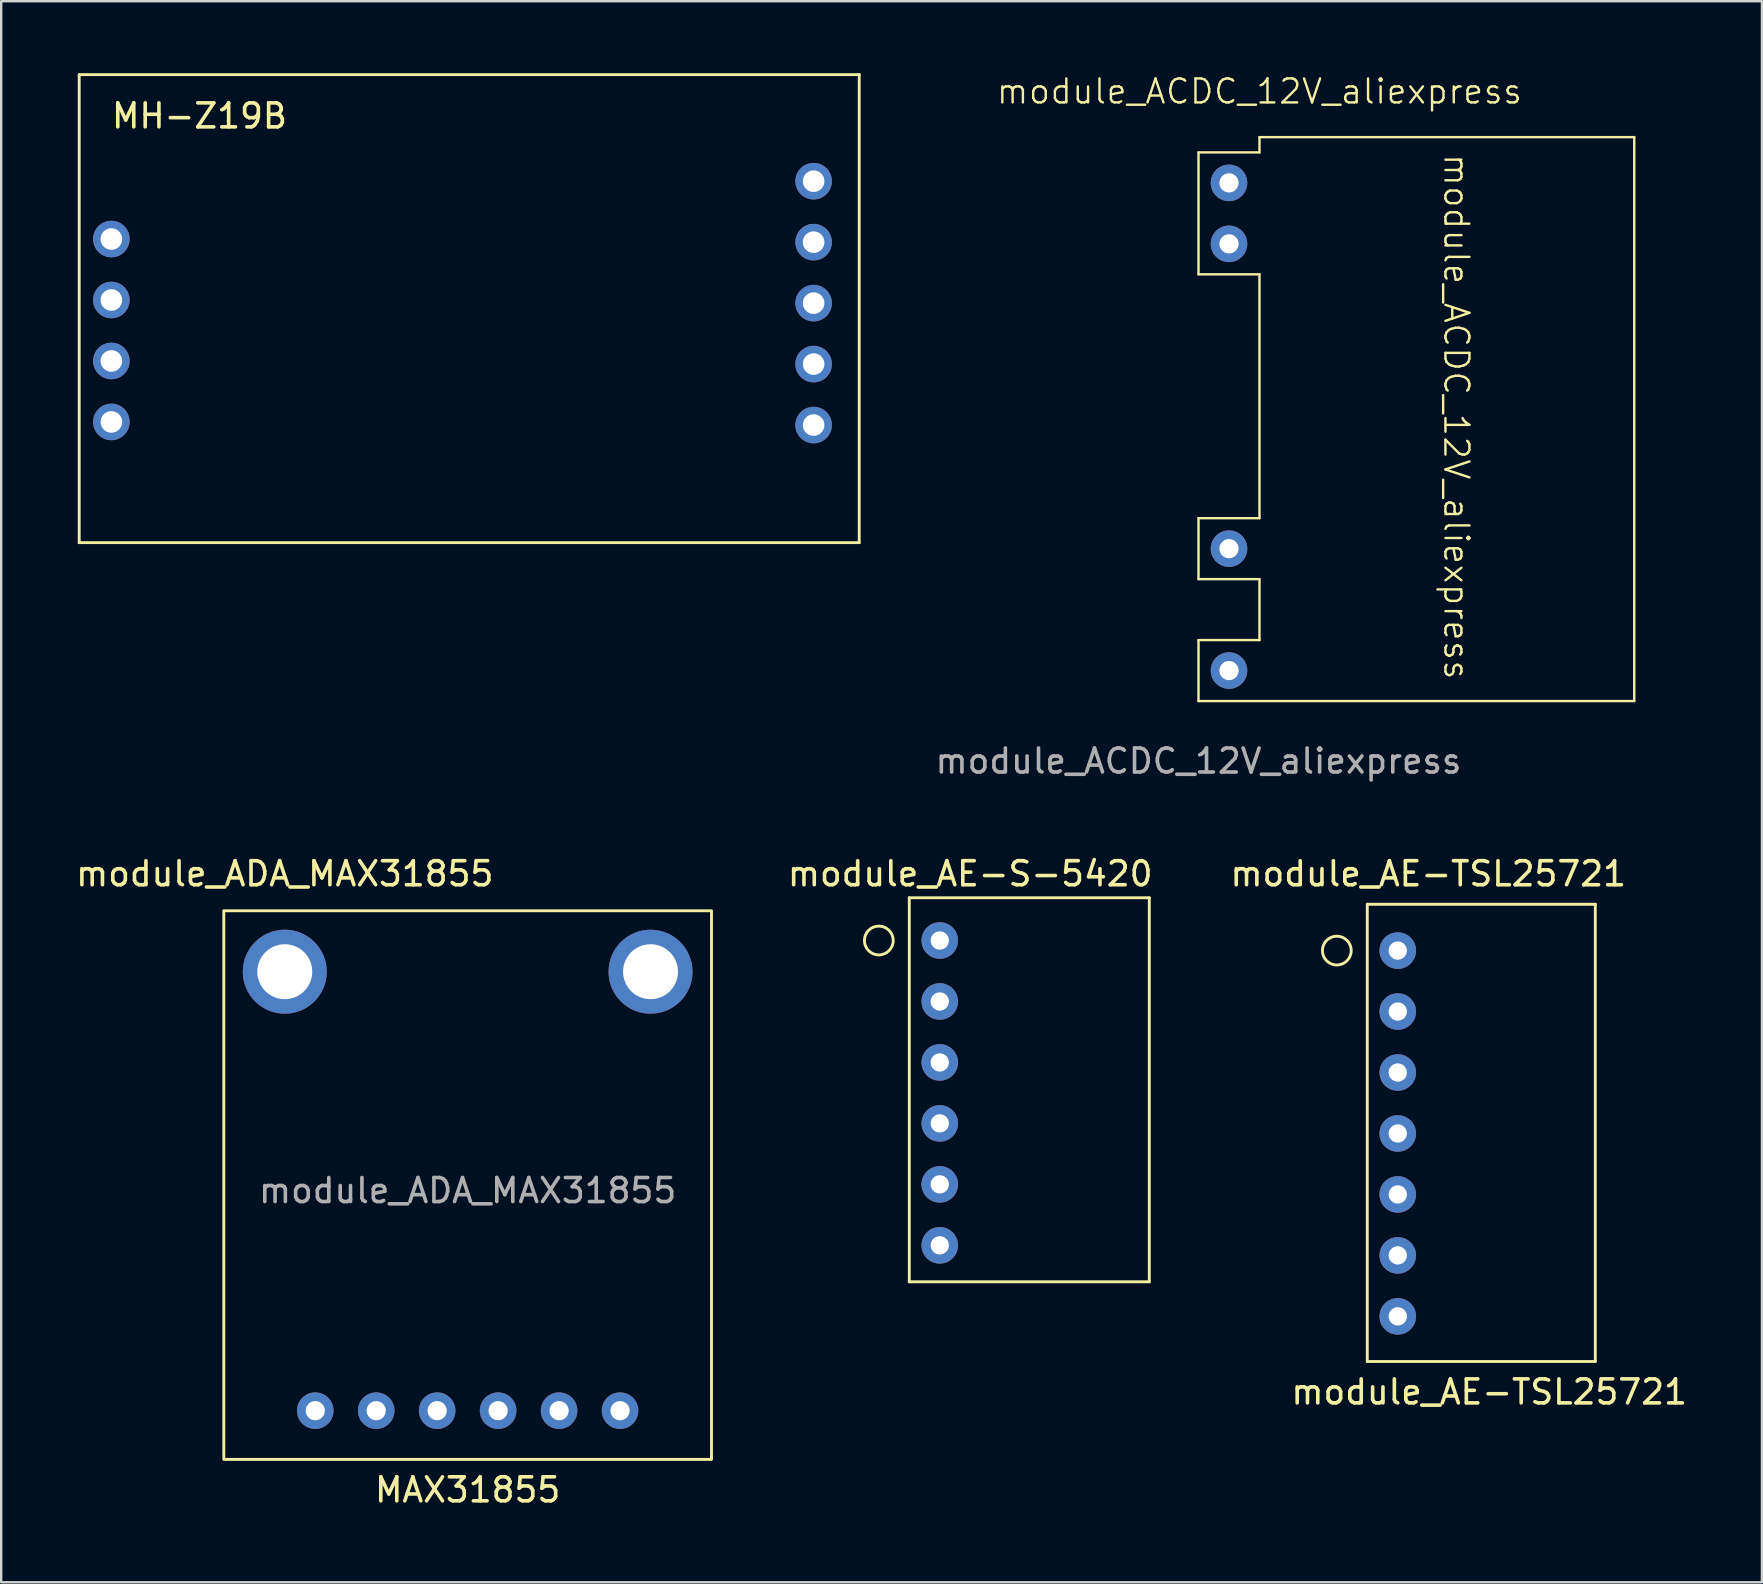
<source format=kicad_pcb>
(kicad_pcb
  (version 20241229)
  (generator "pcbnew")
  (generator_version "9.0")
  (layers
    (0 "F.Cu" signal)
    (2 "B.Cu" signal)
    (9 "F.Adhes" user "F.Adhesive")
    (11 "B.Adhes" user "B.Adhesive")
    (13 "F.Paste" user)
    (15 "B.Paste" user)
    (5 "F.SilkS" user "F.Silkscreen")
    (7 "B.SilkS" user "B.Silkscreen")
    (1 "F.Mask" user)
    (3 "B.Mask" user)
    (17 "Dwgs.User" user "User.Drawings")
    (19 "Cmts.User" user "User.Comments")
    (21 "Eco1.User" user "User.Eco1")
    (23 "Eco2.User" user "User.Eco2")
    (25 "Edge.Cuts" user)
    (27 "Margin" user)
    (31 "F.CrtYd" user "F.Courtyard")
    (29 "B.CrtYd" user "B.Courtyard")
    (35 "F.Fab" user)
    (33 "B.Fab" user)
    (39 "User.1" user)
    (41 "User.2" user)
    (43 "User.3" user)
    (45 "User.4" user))
  (footprint "module_AE-S-5420"
    (layer "F.Cu")
    (at 34.836 50.357)
    (property "Reference" "module_AE-S-5420" (at 2.54 -17 0) (layer "F.SilkS") (effects (font (size 1 1) (thickness 0.15))))
    (attr through_hole)
    (fp_line (start 0 -16) (end 10 -16) (stroke (width 0.12) (type solid)) (layer "F.SilkS"))
    (fp_line (start 0 0) (end 0 -16) (stroke (width 0.12) (type solid)) (layer "F.SilkS"))
    (fp_line (start 0 0) (end 10 0) (stroke (width 0.12) (type solid)) (layer "F.SilkS"))
    (fp_line (start 10 0) (end 10 -16) (stroke (width 0.12) (type solid)) (layer "F.SilkS"))
    (fp_circle (center -1.27 -14.22) (end -0.67 -14.22) (stroke (width 0.12) (type solid)) (fill no) (layer "F.SilkS"))
    (pad "1" thru_hole circle (at 1.27 -14.22) (size 1.524 1.524) (drill 0.762) (layers "*.Cu" "*.Mask"))
    (pad "2" thru_hole circle (at 1.27 -11.68) (size 1.524 1.524) (drill 0.762) (layers "*.Cu" "*.Mask"))
    (pad "3" thru_hole circle (at 1.27 -9.14) (size 1.524 1.524) (drill 0.762) (layers "*.Cu" "*.Mask"))
    (pad "4" thru_hole circle (at 1.27 -6.6) (size 1.524 1.524) (drill 0.762) (layers "*.Cu" "*.Mask"))
    (pad "5" thru_hole circle (at 1.27 -4.06) (size 1.524 1.524) (drill 0.762) (layers "*.Cu" "*.Mask"))
    (pad "6" thru_hole circle (at 1.27 -1.52) (size 1.524 1.524) (drill 0.762) (layers "*.Cu" "*.Mask")))
  (footprint "module_ACDC_12V_aliexpress"
    (layer "F.Cu")
    (at 46.887 26.16)
    (property "Reference" "module_ACDC_12V_aliexpress" (at 2.54 -25.4 0) (unlocked yes) (layer "F.SilkS") (effects (font (size 1 1) (thickness 0.1))))
    (attr through_hole)
    (fp_line (start 0 -22.86) (end 2.54 -22.86) (stroke (width 0.1) (type default)) (layer "F.SilkS"))
    (fp_line (start 0 -17.78) (end 0 -22.86) (stroke (width 0.1) (type default)) (layer "F.SilkS"))
    (fp_line (start 0 -17.78) (end 2.54 -17.78) (stroke (width 0.1) (type default)) (layer "F.SilkS"))
    (fp_line (start 0 -7.62) (end 0 -5.08) (stroke (width 0.1) (type default)) (layer "F.SilkS"))
    (fp_line (start 0 -5.08) (end 2.54 -5.08) (stroke (width 0.1) (type default)) (layer "F.SilkS"))
    (fp_line (start 0 -2.54) (end 0 0) (stroke (width 0.1) (type default)) (layer "F.SilkS"))
    (fp_line (start 0 0) (end 18.155 0) (stroke (width 0.1) (type default)) (layer "F.SilkS"))
    (fp_line (start 2.54 -23.497) (end 18.155 -23.497) (stroke (width 0.1) (type default)) (layer "F.SilkS"))
    (fp_line (start 2.54 -22.86) (end 2.54 -23.497) (stroke (width 0.1) (type default)) (layer "F.SilkS"))
    (fp_line (start 2.54 -17.78) (end 2.54 -7.62) (stroke (width 0.1) (type default)) (layer "F.SilkS"))
    (fp_line (start 2.54 -7.62) (end 0 -7.62) (stroke (width 0.1) (type default)) (layer "F.SilkS"))
    (fp_line (start 2.54 -5.08) (end 2.54 -2.54) (stroke (width 0.1) (type default)) (layer "F.SilkS"))
    (fp_line (start 2.54 -2.54) (end 0 -2.54) (stroke (width 0.1) (type default)) (layer "F.SilkS"))
    (fp_line (start 18.155 -23.497) (end 18.155 0) (stroke (width 0.1) (type default)) (layer "F.SilkS"))
    (fp_text user "module_ACDC_12V_aliexpress" (at 10.16 -22.86 270) (unlocked yes) (layer "F.SilkS") (effects (font (size 1 1) (thickness 0.1)) (justify left bottom)))
    (fp_text user "${REFERENCE}" (at 0 2.5 0) (unlocked yes) (layer "F.Fab") (effects (font (size 1 1) (thickness 0.15))))
    (pad "1" thru_hole circle (at 1.27 -1.27) (size 1.524 1.524) (drill 0.8) (layers "*.Cu" "*.Mask"))
    (pad "2" thru_hole circle (at 1.27 -6.35) (size 1.524 1.524) (drill 0.8) (layers "*.Cu" "*.Mask"))
    (pad "3" thru_hole circle (at 1.27 -21.59) (size 1.524 1.524) (drill 0.8) (layers "*.Cu" "*.Mask"))
    (pad "4" thru_hole circle (at 1.27 -19.05) (size 1.524 1.524) (drill 0.8) (layers "*.Cu" "*.Mask")))
  (footprint "module_ADA_MAX31855"
    (layer "F.Cu")
    (at 6.275 57.757)
    (property "Reference" "module_ADA_MAX31855" (at 2.54 -24.4 0) (unlocked yes) (layer "F.SilkS") (effects (font (size 1 1) (thickness 0.15))))
    (attr through_hole)
    (fp_rect (start 0 -22.86) (end 20.32 0) (stroke (width 0.12) (type solid)) (fill no) (layer "F.SilkS"))
    (fp_text user "MAX31855" (at 10.16 1.27 0) (unlocked yes) (layer "F.SilkS") (effects (font (size 1 1) (thickness 0.15))))
    (fp_text user "${REFERENCE}" (at 10.16 -11.2 0) (unlocked yes) (layer "F.Fab") (effects (font (size 1 1) (thickness 0.15))))
    (pad "1" thru_hole circle (at 3.81 -2.03) (size 1.524 1.524) (drill 0.8) (layers "*.Cu" "*.Mask"))
    (pad "2" thru_hole circle (at 6.35 -2.03) (size 1.524 1.524) (drill 0.8) (layers "*.Cu" "*.Mask"))
    (pad "3" thru_hole circle (at 8.89 -2.03) (size 1.524 1.524) (drill 0.8) (layers "*.Cu" "*.Mask"))
    (pad "4" thru_hole circle (at 11.43 -2.03) (size 1.524 1.524) (drill 0.8) (layers "*.Cu" "*.Mask"))
    (pad "5" thru_hole circle (at 13.97 -2.03) (size 1.524 1.524) (drill 0.8) (layers "*.Cu" "*.Mask"))
    (pad "6" thru_hole circle (at 16.51 -2.03) (size 1.524 1.524) (drill 0.8) (layers "*.Cu" "*.Mask"))
    (pad "7" thru_hole circle (at 2.54 -20.32) (size 3.5 3.5) (drill 2.29) (layers "*.Cu" "*.Mask"))
    (pad "8" thru_hole circle (at 17.78 -20.32) (size 3.5 3.5) (drill 2.29) (layers "*.Cu" "*.Mask")))
  (footprint "MH-Z19B"
    (layer "F.Cu")
    (at 0.25 19.56)
    (property "Reference" "MH-Z19B" (at 1.27 -17.78 0) (layer "F.SilkS") (effects (font (size 1 1) (thickness 0.15)) (justify left)))
    (attr through_hole)
    (fp_line (start 0 -19.5) (end 32.5 -19.5) (stroke (width 0.12) (type solid)) (layer "F.SilkS"))
    (fp_line (start 0 0) (end 0 -19.5) (stroke (width 0.12) (type solid)) (layer "F.SilkS"))
    (fp_line (start 0 0) (end 32.5 0) (stroke (width 0.12) (type solid)) (layer "F.SilkS"))
    (fp_line (start 32.5 0) (end 32.5 -19.5) (stroke (width 0.12) (type solid)) (layer "F.SilkS"))
    (pad "1" thru_hole circle (at 30.6 -15.06) (size 1.524 1.524) (drill 0.9) (layers "*.Cu" "*.Mask"))
    (pad "2" thru_hole circle (at 30.6 -12.52) (size 1.524 1.524) (drill 0.9) (layers "*.Cu" "*.Mask"))
    (pad "3" thru_hole circle (at 30.6 -9.98) (size 1.524 1.524) (drill 0.9) (layers "*.Cu" "*.Mask"))
    (pad "4" thru_hole circle (at 30.6 -7.44) (size 1.524 1.524) (drill 0.9) (layers "*.Cu" "*.Mask"))
    (pad "5" thru_hole circle (at 30.6 -4.9) (size 1.524 1.524) (drill 0.9) (layers "*.Cu" "*.Mask"))
    (pad "6" thru_hole circle (at 1.34 -12.65) (size 1.524 1.524) (drill 0.9) (layers "*.Cu" "*.Mask"))
    (pad "7" thru_hole circle (at 1.34 -10.11) (size 1.524 1.524) (drill 0.9) (layers "*.Cu" "*.Mask"))
    (pad "8" thru_hole circle (at 1.34 -7.57) (size 1.524 1.524) (drill 0.9) (layers "*.Cu" "*.Mask"))
    (pad "9" thru_hole circle (at 1.34 -5.03) (size 1.524 1.524) (drill 0.9) (layers "*.Cu" "*.Mask")))
  (footprint "module_AE-TSL25721"
    (layer "F.Cu")
    (at 53.919 53.677)
    (property "Reference" "module_AE-TSL25721" (at 2.54 -20.32 0) (layer "F.SilkS") (effects (font (size 1 1) (thickness 0.15))))
    (attr through_hole)
    (fp_line (start 0 -19.05) (end 9.5 -19.05) (stroke (width 0.12) (type solid)) (layer "F.SilkS"))
    (fp_line (start 0 0) (end 0 -19.05) (stroke (width 0.12) (type solid)) (layer "F.SilkS"))
    (fp_line (start 9.5 -19.05) (end 9.5 0) (stroke (width 0.12) (type solid)) (layer "F.SilkS"))
    (fp_line (start 9.5 0) (end 0 0) (stroke (width 0.12) (type solid)) (layer "F.SilkS"))
    (fp_circle (center -1.27 -17.12) (end -0.67 -17.12) (stroke (width 0.12) (type solid)) (fill no) (layer "F.SilkS"))
    (fp_text user "module_AE-TSL25721" (at 5.08 1.27 0) (layer "F.SilkS") (effects (font (size 1 1) (thickness 0.15))))
    (pad "1" thru_hole circle (at 1.27 -17.12) (size 1.524 1.524) (drill 0.762) (layers "*.Cu" "*.Mask"))
    (pad "2" thru_hole circle (at 1.27 -14.58) (size 1.524 1.524) (drill 0.762) (layers "*.Cu" "*.Mask"))
    (pad "3" thru_hole circle (at 1.27 -12.04) (size 1.524 1.524) (drill 0.762) (layers "*.Cu" "*.Mask"))
    (pad "4" thru_hole circle (at 1.27 -9.5) (size 1.524 1.524) (drill 0.762) (layers "*.Cu" "*.Mask"))
    (pad "5" thru_hole circle (at 1.27 -6.96) (size 1.524 1.524) (drill 0.762) (layers "*.Cu" "*.Mask"))
    (pad "6" thru_hole circle (at 1.27 -4.42) (size 1.524 1.524) (drill 0.762) (layers "*.Cu" "*.Mask"))
    (pad "7" thru_hole circle (at 1.27 -1.88) (size 1.524 1.524) (drill 0.762) (layers "*.Cu" "*.Mask")))
  (gr_rect
    (start -3 -3)
    (end 70.362 62.875)
    (stroke (width 0.1) (type default))
    (fill no)
    (layer "Edge.Cuts")))
</source>
